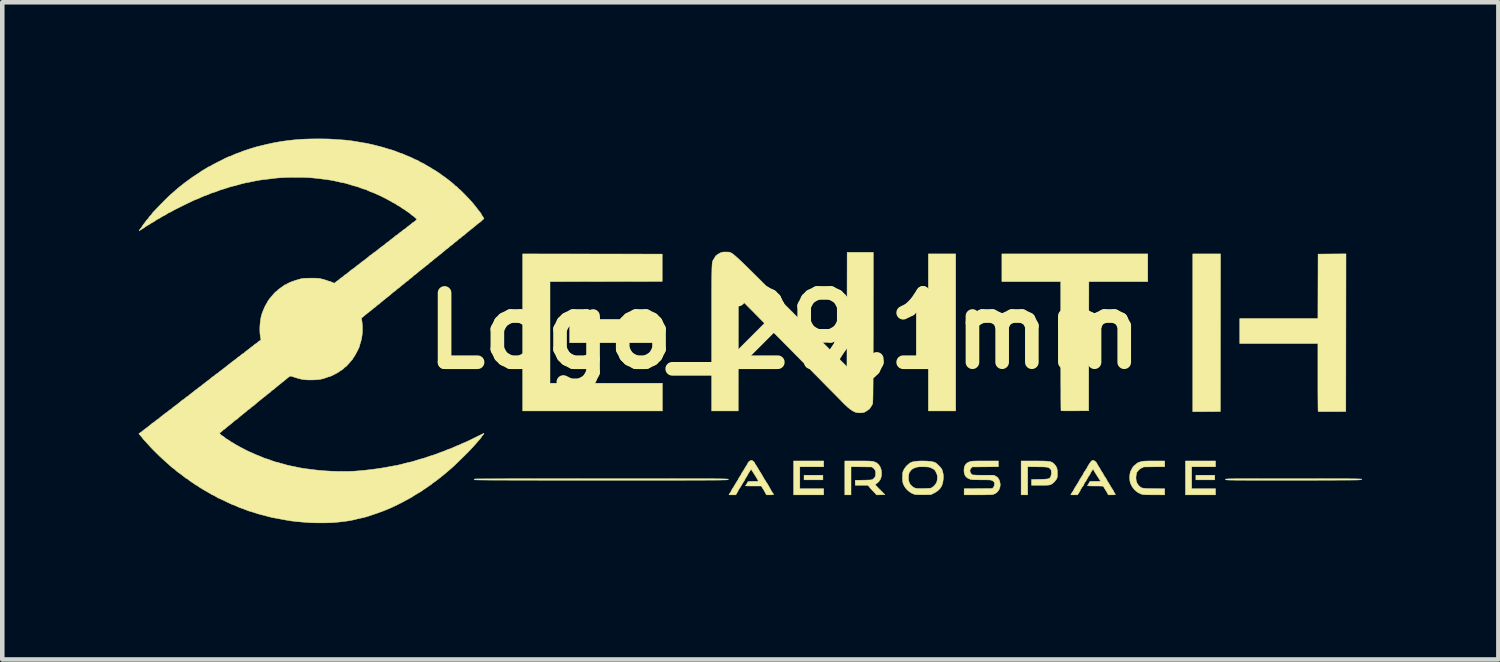
<source format=kicad_pcb>
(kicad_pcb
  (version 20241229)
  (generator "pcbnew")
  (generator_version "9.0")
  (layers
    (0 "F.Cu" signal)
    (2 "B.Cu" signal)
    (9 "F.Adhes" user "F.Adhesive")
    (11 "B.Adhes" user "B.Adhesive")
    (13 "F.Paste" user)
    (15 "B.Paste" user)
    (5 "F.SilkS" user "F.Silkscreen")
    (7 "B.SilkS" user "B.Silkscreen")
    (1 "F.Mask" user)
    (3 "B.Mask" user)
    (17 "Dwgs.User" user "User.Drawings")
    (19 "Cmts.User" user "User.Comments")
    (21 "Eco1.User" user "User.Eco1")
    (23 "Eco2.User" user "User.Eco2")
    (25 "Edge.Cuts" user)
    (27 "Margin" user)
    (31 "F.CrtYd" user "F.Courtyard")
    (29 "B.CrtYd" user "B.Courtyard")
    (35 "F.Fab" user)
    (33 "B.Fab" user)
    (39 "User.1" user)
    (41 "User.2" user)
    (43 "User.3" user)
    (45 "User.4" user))
  (footprint "Logo_29,1mm"
    (layer "F.Cu")
    (at 14.204 4.228)
    (property "Reference" "Logo_29,1mm" (at 0 0 180) (layer "F.SilkS") (effects (font (size 1.524 1.524) (thickness 0.3))))
    (attr through_hole)
    (fp_poly (pts (xy -2.819 0.262) (xy -4.724 0.262) (xy -4.724 -0.254) (xy -2.819 -0.254) (xy -2.819 0.262)) (stroke (width 0.01) (type solid)) (fill yes) (layer "F.SilkS"))
    (fp_poly (pts (xy 0.847 3.277) (xy 0.432 3.277) (xy 0.432 3.175) (xy 0.847 3.175) (xy 0.847 3.277)) (stroke (width 0.01) (type solid)) (fill yes) (layer "F.SilkS"))
    (fp_poly (pts (xy 3.768 1.761) (xy 3.167 1.761) (xy 3.167 -1.693) (xy 3.768 -1.693) (xy 3.768 1.761)) (stroke (width 0.01) (type solid)) (fill yes) (layer "F.SilkS"))
    (fp_poly (pts (xy 9.466 3.277) (xy 9.051 3.277) (xy 9.051 3.175) (xy 9.466 3.175) (xy 9.466 3.277)) (stroke (width 0.01) (type solid)) (fill yes) (layer "F.SilkS"))
    (fp_poly (pts (xy 9.591 0.04) (xy 9.589 1.774) (xy 9.286 1.776) (xy 8.983 1.778) (xy 8.983 -1.693) (xy 9.593 -1.693) (xy 9.591 0.04)) (stroke (width 0.01) (type solid)) (fill yes) (layer "F.SilkS"))
    (fp_poly (pts (xy 0.864 2.989) (xy 0.339 2.989) (xy 0.339 3.471) (xy 0.864 3.471) (xy 0.864 3.607) (xy 0.203 3.607) (xy 0.203 2.862) (xy 0.864 2.862) (xy 0.864 2.989)) (stroke (width 0.01) (type solid)) (fill yes) (layer "F.SilkS"))
    (fp_poly (pts (xy 9.483 2.989) (xy 8.958 2.989) (xy 8.958 3.471) (xy 9.483 3.471) (xy 9.483 3.607) (xy 8.822 3.607) (xy 8.822 2.862) (xy 9.483 2.862) (xy 9.483 2.989)) (stroke (width 0.01) (type solid)) (fill yes) (layer "F.SilkS"))
    (fp_poly (pts (xy -4.223 -1.691) (xy -2.688 -1.689) (xy -2.688 -1.088) (xy -3.922 -1.086) (xy -5.156 -1.084) (xy -5.156 1.151) (xy -2.684 1.151) (xy -2.684 1.761) (xy -5.757 1.761) (xy -5.757 -1.693) (xy -4.223 -1.691)) (stroke (width 0.01) (type solid)) (fill yes) (layer "F.SilkS"))
    (fp_poly (pts (xy 12.351 0.04) (xy 12.349 1.774) (xy 12.047 1.776) (xy 11.978 1.776) (xy 11.913 1.776) (xy 11.856 1.776) (xy 11.808 1.776) (xy 11.772 1.775) (xy 11.749 1.774) (xy 11.741 1.772) (xy 11.74 1.763) (xy 11.739 1.738) (xy 11.738 1.699) (xy 11.737 1.647) (xy 11.737 1.582) (xy 11.736 1.506) (xy 11.736 1.421) (xy 11.735 1.328) (xy 11.735 1.227) (xy 11.735 1.121) (xy 11.735 1.023) (xy 11.735 0.279) (xy 10.016 0.279) (xy 10.016 -0.271) (xy 11.735 -0.271) (xy 11.737 -0.98) (xy 11.739 -1.689) (xy 12.353 -1.694) (xy 12.351 0.04)) (stroke (width 0.01) (type solid)) (fill yes) (layer "F.SilkS"))
    (fp_poly (pts (xy 7.993 -1.084) (xy 6.697 -1.084) (xy 6.695 0.337) (xy 6.693 1.757) (xy 6.392 1.759) (xy 6.322 1.759) (xy 6.258 1.759) (xy 6.2 1.759) (xy 6.153 1.759) (xy 6.116 1.758) (xy 6.093 1.757) (xy 6.085 1.756) (xy 6.084 1.747) (xy 6.084 1.722) (xy 6.083 1.681) (xy 6.082 1.627) (xy 6.082 1.559) (xy 6.081 1.479) (xy 6.081 1.387) (xy 6.081 1.284) (xy 6.08 1.171) (xy 6.08 1.049) (xy 6.08 0.92) (xy 6.079 0.782) (xy 6.079 0.639) (xy 6.079 0.49) (xy 6.079 0.337) (xy 6.079 -1.084) (xy 4.784 -1.084) (xy 4.784 -1.693) (xy 7.993 -1.693) (xy 7.993 -1.084)) (stroke (width 0.01) (type solid)) (fill yes) (layer "F.SilkS"))
    (fp_poly (pts (xy 1.704 2.862) (xy 1.77 2.862) (xy 1.824 2.863) (xy 1.866 2.864) (xy 1.899 2.866) (xy 1.924 2.868) (xy 1.945 2.871) (xy 1.962 2.874) (xy 1.968 2.876) (xy 2.023 2.9) (xy 2.068 2.936) (xy 2.103 2.985) (xy 2.126 3.043) (xy 2.137 3.11) (xy 2.138 3.133) (xy 2.132 3.202) (xy 2.113 3.261) (xy 2.081 3.311) (xy 2.05 3.341) (xy 2.026 3.359) (xy 2.007 3.373) (xy 1.997 3.378) (xy 1.997 3.378) (xy 2 3.384) (xy 2.013 3.4) (xy 2.035 3.424) (xy 2.064 3.454) (xy 2.098 3.489) (xy 2.1 3.49) (xy 2.211 3.603) (xy 2.028 3.608) (xy 1.954 3.529) (xy 1.926 3.499) (xy 1.903 3.474) (xy 1.887 3.456) (xy 1.88 3.447) (xy 1.88 3.447) (xy 1.874 3.439) (xy 1.861 3.423) (xy 1.857 3.419) (xy 1.834 3.395) (xy 1.558 3.395) (xy 1.558 3.286) (xy 1.738 3.284) (xy 1.798 3.283) (xy 1.843 3.281) (xy 1.877 3.28) (xy 1.901 3.278) (xy 1.918 3.275) (xy 1.932 3.271) (xy 1.943 3.265) (xy 1.95 3.26) (xy 1.982 3.232) (xy 2.001 3.192) (xy 2.008 3.142) (xy 2.005 3.092) (xy 1.99 3.054) (xy 1.962 3.023) (xy 1.954 3.017) (xy 1.919 2.993) (xy 1.465 2.988) (xy 1.465 3.607) (xy 1.329 3.607) (xy 1.329 2.862) (xy 1.623 2.862) (xy 1.704 2.862)) (stroke (width 0.01) (type solid)) (fill yes) (layer "F.SilkS"))
    (fp_poly (pts (xy 5.586 2.862) (xy 5.661 2.863) (xy 5.722 2.864) (xy 5.772 2.867) (xy 5.812 2.871) (xy 5.844 2.876) (xy 5.869 2.884) (xy 5.89 2.893) (xy 5.908 2.905) (xy 5.925 2.92) (xy 5.934 2.929) (xy 5.964 2.963) (xy 5.984 2.996) (xy 5.997 3.032) (xy 6.003 3.076) (xy 6.005 3.131) (xy 6.005 3.134) (xy 6.004 3.176) (xy 6.003 3.205) (xy 5.999 3.226) (xy 5.993 3.244) (xy 5.983 3.263) (xy 5.982 3.265) (xy 5.941 3.319) (xy 5.89 3.362) (xy 5.864 3.377) (xy 5.851 3.383) (xy 5.838 3.387) (xy 5.822 3.39) (xy 5.801 3.393) (xy 5.771 3.394) (xy 5.732 3.395) (xy 5.68 3.395) (xy 5.632 3.395) (xy 5.436 3.395) (xy 5.436 3.269) (xy 5.607 3.266) (xy 5.676 3.264) (xy 5.729 3.262) (xy 5.771 3.259) (xy 5.801 3.254) (xy 5.823 3.246) (xy 5.838 3.236) (xy 5.849 3.223) (xy 5.858 3.207) (xy 5.859 3.203) (xy 5.874 3.148) (xy 5.872 3.091) (xy 5.866 3.065) (xy 5.856 3.042) (xy 5.839 3.026) (xy 5.818 3.013) (xy 5.805 3.007) (xy 5.792 3.002) (xy 5.777 2.998) (xy 5.758 2.996) (xy 5.732 2.994) (xy 5.696 2.992) (xy 5.649 2.991) (xy 5.588 2.991) (xy 5.565 2.99) (xy 5.351 2.988) (xy 5.351 3.607) (xy 5.207 3.607) (xy 5.207 2.862) (xy 5.496 2.862) (xy 5.586 2.862)) (stroke (width 0.01) (type solid)) (fill yes) (layer "F.SilkS"))
    (fp_poly (pts (xy 8.365 2.988) (xy 8.134 2.99) (xy 7.904 2.993) (xy 7.855 3.016) (xy 7.818 3.039) (xy 7.789 3.065) (xy 7.783 3.071) (xy 7.768 3.091) (xy 7.757 3.105) (xy 7.755 3.107) (xy 7.751 3.117) (xy 7.745 3.139) (xy 7.739 3.164) (xy 7.732 3.231) (xy 7.738 3.293) (xy 7.756 3.348) (xy 7.787 3.395) (xy 7.792 3.4) (xy 7.811 3.418) (xy 7.827 3.433) (xy 7.844 3.444) (xy 7.862 3.453) (xy 7.886 3.459) (xy 7.915 3.463) (xy 7.954 3.466) (xy 8.003 3.468) (xy 8.066 3.469) (xy 8.126 3.47) (xy 8.365 3.473) (xy 8.365 3.607) (xy 8.13 3.606) (xy 8.048 3.606) (xy 7.981 3.605) (xy 7.93 3.603) (xy 7.892 3.6) (xy 7.868 3.597) (xy 7.861 3.595) (xy 7.79 3.564) (xy 7.727 3.519) (xy 7.673 3.462) (xy 7.631 3.394) (xy 7.609 3.341) (xy 7.599 3.296) (xy 7.595 3.242) (xy 7.596 3.186) (xy 7.603 3.133) (xy 7.611 3.102) (xy 7.622 3.076) (xy 7.637 3.046) (xy 7.654 3.016) (xy 7.671 2.99) (xy 7.685 2.971) (xy 7.694 2.963) (xy 7.695 2.963) (xy 7.704 2.958) (xy 7.72 2.945) (xy 7.726 2.94) (xy 7.752 2.917) (xy 7.773 2.902) (xy 7.795 2.892) (xy 7.825 2.883) (xy 7.842 2.878) (xy 7.863 2.873) (xy 7.885 2.869) (xy 7.911 2.866) (xy 7.942 2.864) (xy 7.982 2.863) (xy 8.033 2.862) (xy 8.098 2.862) (xy 8.134 2.862) (xy 8.365 2.862) (xy 8.365 2.988)) (stroke (width 0.01) (type solid)) (fill yes) (layer "F.SilkS"))
    (fp_poly (pts (xy 11.392 3.251) (xy 11.566 3.251) (xy 11.725 3.251) (xy 11.869 3.252) (xy 11.999 3.252) (xy 12.115 3.252) (xy 12.218 3.252) (xy 12.309 3.253) (xy 12.389 3.253) (xy 12.458 3.254) (xy 12.516 3.254) (xy 12.565 3.255) (xy 12.605 3.256) (xy 12.638 3.257) (xy 12.662 3.258) (xy 12.68 3.259) (xy 12.692 3.26) (xy 12.698 3.261) (xy 12.7 3.263) (xy 12.695 3.269) (xy 12.679 3.273) (xy 12.649 3.277) (xy 12.617 3.28) (xy 12.6 3.28) (xy 12.567 3.281) (xy 12.518 3.281) (xy 12.456 3.282) (xy 12.38 3.282) (xy 12.292 3.283) (xy 12.193 3.283) (xy 12.083 3.284) (xy 11.964 3.284) (xy 11.837 3.284) (xy 11.702 3.285) (xy 11.561 3.285) (xy 11.414 3.285) (xy 11.263 3.285) (xy 11.119 3.285) (xy 10.938 3.285) (xy 10.772 3.285) (xy 10.623 3.285) (xy 10.488 3.285) (xy 10.367 3.285) (xy 10.259 3.285) (xy 10.163 3.285) (xy 10.079 3.284) (xy 10.006 3.284) (xy 9.943 3.284) (xy 9.889 3.283) (xy 9.845 3.282) (xy 9.807 3.282) (xy 9.777 3.281) (xy 9.754 3.28) (xy 9.736 3.279) (xy 9.723 3.278) (xy 9.714 3.276) (xy 9.708 3.275) (xy 9.705 3.273) (xy 9.703 3.271) (xy 9.703 3.269) (xy 9.703 3.268) (xy 9.703 3.266) (xy 9.704 3.264) (xy 9.706 3.262) (xy 9.711 3.261) (xy 9.719 3.259) (xy 9.73 3.258) (xy 9.746 3.257) (xy 9.768 3.256) (xy 9.795 3.255) (xy 9.828 3.254) (xy 9.87 3.254) (xy 9.919 3.253) (xy 9.977 3.253) (xy 10.045 3.252) (xy 10.123 3.252) (xy 10.213 3.252) (xy 10.314 3.252) (xy 10.427 3.251) (xy 10.554 3.251) (xy 10.695 3.251) (xy 10.851 3.251) (xy 11.022 3.251) (xy 11.201 3.251) (xy 11.392 3.251)) (stroke (width 0.01) (type solid)) (fill yes) (layer "F.SilkS"))
    (fp_poly (pts (xy 4.707 2.988) (xy 4.13 2.993) (xy 4.106 3.021) (xy 4.085 3.053) (xy 4.081 3.076) (xy 4.087 3.107) (xy 4.103 3.137) (xy 4.124 3.16) (xy 4.137 3.167) (xy 4.151 3.169) (xy 4.18 3.171) (xy 4.221 3.173) (xy 4.271 3.174) (xy 4.329 3.175) (xy 4.384 3.175) (xy 4.61 3.175) (xy 4.655 3.201) (xy 4.678 3.216) (xy 4.694 3.228) (xy 4.699 3.235) (xy 4.704 3.248) (xy 4.712 3.257) (xy 4.721 3.271) (xy 4.731 3.296) (xy 4.738 3.317) (xy 4.748 3.376) (xy 4.742 3.434) (xy 4.724 3.487) (xy 4.693 3.533) (xy 4.652 3.57) (xy 4.601 3.595) (xy 4.593 3.597) (xy 4.574 3.6) (xy 4.538 3.603) (xy 4.487 3.604) (xy 4.421 3.606) (xy 4.34 3.607) (xy 4.257 3.607) (xy 3.954 3.607) (xy 3.954 3.472) (xy 4.263 3.47) (xy 4.572 3.467) (xy 4.594 3.445) (xy 4.611 3.419) (xy 4.62 3.385) (xy 4.622 3.352) (xy 4.615 3.329) (xy 4.601 3.313) (xy 4.58 3.298) (xy 4.572 3.294) (xy 4.56 3.288) (xy 4.548 3.284) (xy 4.531 3.281) (xy 4.509 3.279) (xy 4.479 3.278) (xy 4.438 3.277) (xy 4.384 3.277) (xy 4.333 3.277) (xy 4.264 3.276) (xy 4.21 3.276) (xy 4.168 3.274) (xy 4.137 3.272) (xy 4.113 3.269) (xy 4.094 3.266) (xy 4.085 3.263) (xy 4.032 3.239) (xy 3.992 3.206) (xy 3.966 3.164) (xy 3.953 3.11) (xy 3.95 3.065) (xy 3.956 3.005) (xy 3.973 2.957) (xy 4.003 2.919) (xy 4.046 2.89) (xy 4.075 2.879) (xy 4.089 2.874) (xy 4.104 2.87) (xy 4.121 2.868) (xy 4.143 2.865) (xy 4.171 2.864) (xy 4.209 2.863) (xy 4.256 2.862) (xy 4.316 2.862) (xy 4.391 2.862) (xy 4.415 2.862) (xy 4.707 2.862) (xy 4.707 2.988)) (stroke (width 0.01) (type solid)) (fill yes) (layer "F.SilkS"))
    (fp_poly (pts (xy -3.292 3.251) (xy -3.082 3.251) (xy -2.886 3.251) (xy -2.705 3.251) (xy -2.538 3.251) (xy -2.384 3.252) (xy -2.242 3.252) (xy -2.113 3.252) (xy -1.995 3.252) (xy -1.888 3.252) (xy -1.791 3.252) (xy -1.705 3.253) (xy -1.628 3.253) (xy -1.559 3.253) (xy -1.499 3.254) (xy -1.447 3.254) (xy -1.402 3.255) (xy -1.364 3.256) (xy -1.332 3.256) (xy -1.306 3.257) (xy -1.285 3.258) (xy -1.268 3.259) (xy -1.255 3.26) (xy -1.246 3.261) (xy -1.24 3.262) (xy -1.236 3.263) (xy -1.234 3.265) (xy -1.233 3.266) (xy -1.234 3.268) (xy -1.234 3.268) (xy -1.234 3.27) (xy -1.235 3.271) (xy -1.237 3.273) (xy -1.241 3.274) (xy -1.247 3.275) (xy -1.256 3.276) (xy -1.268 3.277) (xy -1.284 3.278) (xy -1.304 3.279) (xy -1.329 3.28) (xy -1.359 3.28) (xy -1.395 3.281) (xy -1.438 3.282) (xy -1.488 3.282) (xy -1.545 3.283) (xy -1.611 3.283) (xy -1.685 3.283) (xy -1.768 3.284) (xy -1.861 3.284) (xy -1.964 3.284) (xy -2.078 3.284) (xy -2.204 3.285) (xy -2.341 3.285) (xy -2.491 3.285) (xy -2.653 3.285) (xy -2.83 3.285) (xy -3.02 3.285) (xy -3.224 3.285) (xy -3.444 3.285) (xy -3.68 3.285) (xy -3.932 3.285) (xy -4.031 3.285) (xy -4.298 3.285) (xy -4.548 3.285) (xy -4.783 3.285) (xy -5.002 3.285) (xy -5.205 3.285) (xy -5.394 3.285) (xy -5.569 3.284) (xy -5.73 3.284) (xy -5.878 3.284) (xy -6.014 3.284) (xy -6.136 3.283) (xy -6.247 3.283) (xy -6.347 3.283) (xy -6.436 3.282) (xy -6.514 3.282) (xy -6.582 3.281) (xy -6.641 3.281) (xy -6.69 3.28) (xy -6.731 3.279) (xy -6.764 3.278) (xy -6.789 3.278) (xy -6.806 3.277) (xy -6.817 3.276) (xy -6.822 3.275) (xy -6.822 3.274) (xy -6.814 3.26) (xy -6.811 3.258) (xy -6.802 3.257) (xy -6.777 3.257) (xy -6.736 3.256) (xy -6.68 3.256) (xy -6.61 3.255) (xy -6.525 3.255) (xy -6.428 3.255) (xy -6.318 3.254) (xy -6.196 3.254) (xy -6.063 3.253) (xy -5.919 3.253) (xy -5.765 3.253) (xy -5.602 3.253) (xy -5.43 3.252) (xy -5.249 3.252) (xy -5.062 3.252) (xy -4.867 3.252) (xy -4.666 3.252) (xy -4.459 3.251) (xy -4.248 3.251) (xy -4.032 3.251) (xy -4.016 3.251) (xy -3.758 3.251) (xy -3.517 3.251) (xy -3.292 3.251)) (stroke (width 0.01) (type solid)) (fill yes) (layer "F.SilkS"))
    (fp_poly (pts (xy 3.136 2.864) (xy 3.213 2.871) (xy 3.273 2.882) (xy 3.317 2.897) (xy 3.337 2.909) (xy 3.363 2.932) (xy 3.392 2.96) (xy 3.42 2.989) (xy 3.444 3.017) (xy 3.461 3.041) (xy 3.468 3.055) (xy 3.474 3.078) (xy 3.482 3.106) (xy 3.485 3.114) (xy 3.495 3.162) (xy 3.497 3.22) (xy 3.492 3.282) (xy 3.482 3.343) (xy 3.465 3.397) (xy 3.453 3.423) (xy 3.418 3.474) (xy 3.369 3.52) (xy 3.31 3.559) (xy 3.294 3.567) (xy 3.222 3.603) (xy 3.061 3.604) (xy 3.008 3.604) (xy 2.96 3.604) (xy 2.919 3.602) (xy 2.888 3.601) (xy 2.871 3.599) (xy 2.81 3.576) (xy 2.75 3.539) (xy 2.696 3.492) (xy 2.652 3.438) (xy 2.639 3.416) (xy 2.622 3.383) (xy 2.61 3.353) (xy 2.603 3.32) (xy 2.599 3.28) (xy 2.599 3.252) (xy 2.728 3.252) (xy 2.729 3.261) (xy 2.738 3.311) (xy 2.752 3.349) (xy 2.77 3.379) (xy 2.789 3.4) (xy 2.822 3.43) (xy 2.851 3.448) (xy 2.881 3.46) (xy 2.9 3.464) (xy 2.923 3.467) (xy 2.958 3.468) (xy 3 3.469) (xy 3.047 3.468) (xy 3.095 3.467) (xy 3.141 3.465) (xy 3.181 3.463) (xy 3.211 3.46) (xy 3.229 3.457) (xy 3.231 3.456) (xy 3.27 3.429) (xy 3.307 3.394) (xy 3.336 3.355) (xy 3.343 3.342) (xy 3.356 3.309) (xy 3.362 3.275) (xy 3.365 3.234) (xy 3.364 3.199) (xy 3.361 3.172) (xy 3.352 3.146) (xy 3.336 3.113) (xy 3.336 3.111) (xy 3.32 3.081) (xy 3.306 3.061) (xy 3.289 3.046) (xy 3.264 3.032) (xy 3.247 3.023) (xy 3.223 3.011) (xy 3.203 3.003) (xy 3.183 2.997) (xy 3.159 2.994) (xy 3.128 2.992) (xy 3.085 2.99) (xy 3.068 2.99) (xy 3.014 2.989) (xy 2.972 2.99) (xy 2.94 2.993) (xy 2.913 2.998) (xy 2.9 3.001) (xy 2.846 3.021) (xy 2.803 3.047) (xy 2.775 3.077) (xy 2.772 3.082) (xy 2.76 3.099) (xy 2.752 3.107) (xy 2.751 3.107) (xy 2.746 3.115) (xy 2.741 3.135) (xy 2.735 3.163) (xy 2.731 3.195) (xy 2.729 3.226) (xy 2.728 3.252) (xy 2.599 3.252) (xy 2.598 3.229) (xy 2.598 3.219) (xy 2.599 3.171) (xy 2.601 3.136) (xy 2.605 3.11) (xy 2.612 3.087) (xy 2.615 3.08) (xy 2.644 3.026) (xy 2.681 2.977) (xy 2.71 2.949) (xy 2.729 2.934) (xy 2.741 2.923) (xy 2.743 2.921) (xy 2.77 2.901) (xy 2.808 2.885) (xy 2.857 2.874) (xy 2.92 2.866) (xy 2.997 2.862) (xy 3.044 2.862) (xy 3.136 2.864)) (stroke (width 0.01) (type solid)) (fill yes) (layer "F.SilkS"))
    (fp_poly (pts (xy -0.7 2.857) (xy -0.683 2.87) (xy -0.665 2.888) (xy -0.654 2.903) (xy -0.652 2.908) (xy -0.647 2.921) (xy -0.635 2.941) (xy -0.627 2.952) (xy -0.609 2.98) (xy -0.592 3.007) (xy -0.588 3.015) (xy -0.575 3.038) (xy -0.557 3.067) (xy -0.543 3.09) (xy -0.525 3.118) (xy -0.509 3.144) (xy -0.5 3.159) (xy -0.474 3.204) (xy -0.449 3.248) (xy -0.426 3.285) (xy -0.409 3.313) (xy -0.402 3.323) (xy -0.387 3.345) (xy -0.367 3.378) (xy -0.344 3.417) (xy -0.32 3.459) (xy -0.301 3.495) (xy -0.285 3.523) (xy -0.265 3.553) (xy -0.26 3.56) (xy -0.247 3.581) (xy -0.238 3.596) (xy -0.237 3.6) (xy -0.245 3.603) (xy -0.266 3.605) (xy -0.296 3.607) (xy -0.315 3.607) (xy -0.394 3.607) (xy -0.415 3.571) (xy -0.428 3.548) (xy -0.437 3.531) (xy -0.439 3.526) (xy -0.445 3.515) (xy -0.457 3.495) (xy -0.474 3.468) (xy -0.476 3.465) (xy -0.51 3.412) (xy -0.683 3.412) (xy -0.735 3.412) (xy -0.78 3.411) (xy -0.817 3.411) (xy -0.843 3.41) (xy -0.855 3.409) (xy -0.855 3.408) (xy -0.851 3.4) (xy -0.84 3.382) (xy -0.83 3.367) (xy -0.815 3.344) (xy -0.806 3.326) (xy -0.804 3.32) (xy -0.797 3.316) (xy -0.774 3.313) (xy -0.735 3.311) (xy -0.689 3.31) (xy -0.575 3.31) (xy -0.58 3.291) (xy -0.588 3.275) (xy -0.602 3.249) (xy -0.617 3.224) (xy -0.636 3.194) (xy -0.66 3.156) (xy -0.684 3.118) (xy -0.69 3.109) (xy -0.732 3.042) (xy -0.768 3.098) (xy -0.785 3.125) (xy -0.798 3.146) (xy -0.804 3.158) (xy -0.804 3.159) (xy -0.809 3.169) (xy -0.82 3.188) (xy -0.836 3.214) (xy -0.837 3.215) (xy -0.855 3.242) (xy -0.868 3.267) (xy -0.876 3.283) (xy -0.885 3.303) (xy -0.893 3.313) (xy -0.903 3.326) (xy -0.917 3.349) (xy -0.932 3.375) (xy -0.952 3.409) (xy -0.974 3.445) (xy -0.988 3.466) (xy -1.003 3.489) (xy -1.013 3.507) (xy -1.016 3.514) (xy -1.02 3.524) (xy -1.031 3.544) (xy -1.043 3.564) (xy -1.069 3.607) (xy -1.22 3.607) (xy -1.21 3.588) (xy -1.198 3.568) (xy -1.182 3.545) (xy -1.18 3.542) (xy -1.167 3.522) (xy -1.16 3.507) (xy -1.16 3.504) (xy -1.155 3.491) (xy -1.143 3.472) (xy -1.14 3.468) (xy -1.125 3.446) (xy -1.107 3.417) (xy -1.092 3.391) (xy -1.073 3.359) (xy -1.053 3.327) (xy -1.04 3.307) (xy -1.026 3.286) (xy -1.017 3.271) (xy -1.016 3.266) (xy -1.012 3.256) (xy -1 3.236) (xy -0.984 3.21) (xy -0.983 3.209) (xy -0.965 3.181) (xy -0.951 3.157) (xy -0.944 3.142) (xy -0.934 3.122) (xy -0.927 3.113) (xy -0.918 3.1) (xy -0.903 3.077) (xy -0.888 3.052) (xy -0.868 3.017) (xy -0.846 2.982) (xy -0.832 2.96) (xy -0.817 2.936) (xy -0.807 2.917) (xy -0.804 2.909) (xy -0.798 2.895) (xy -0.781 2.877) (xy -0.76 2.861) (xy -0.739 2.85) (xy -0.736 2.849) (xy -0.718 2.848) (xy -0.7 2.857)) (stroke (width 0.01) (type solid)) (fill yes) (layer "F.SilkS"))
    (fp_poly (pts (xy -1.283 -1.735) (xy -1.276 -1.734) (xy -1.261 -1.734) (xy -1.247 -1.734) (xy -1.235 -1.734) (xy -1.223 -1.733) (xy -1.211 -1.731) (xy -1.199 -1.728) (xy -1.185 -1.722) (xy -1.17 -1.715) (xy -1.152 -1.704) (xy -1.132 -1.69) (xy -1.109 -1.672) (xy -1.082 -1.649) (xy -1.051 -1.622) (xy -1.015 -1.59) (xy -0.974 -1.551) (xy -0.927 -1.507) (xy -0.874 -1.456) (xy -0.815 -1.398) (xy -0.748 -1.332) (xy -0.673 -1.258) (xy -0.59 -1.176) (xy -0.498 -1.084) (xy -0.397 -0.984) (xy -0.286 -0.873) (xy -0.165 -0.752) (xy -0.033 -0.62) (xy 0.111 -0.476) (xy 0.152 -0.435) (xy 1.376 0.788) (xy 1.378 -0.47) (xy 1.38 -1.727) (xy 1.956 -1.727) (xy 1.954 -0.074) (xy 1.954 0.129) (xy 1.953 0.316) (xy 1.953 0.488) (xy 1.953 0.644) (xy 1.952 0.786) (xy 1.952 0.914) (xy 1.951 1.029) (xy 1.951 1.131) (xy 1.95 1.222) (xy 1.949 1.301) (xy 1.949 1.369) (xy 1.948 1.427) (xy 1.947 1.476) (xy 1.946 1.516) (xy 1.945 1.548) (xy 1.944 1.572) (xy 1.943 1.589) (xy 1.942 1.599) (xy 1.941 1.604) (xy 1.929 1.626) (xy 1.914 1.653) (xy 1.896 1.68) (xy 1.88 1.704) (xy 1.866 1.721) (xy 1.86 1.727) (xy 1.849 1.732) (xy 1.831 1.744) (xy 1.82 1.753) (xy 1.792 1.772) (xy 1.761 1.788) (xy 1.752 1.791) (xy 1.711 1.8) (xy 1.662 1.803) (xy 1.611 1.8) (xy 1.567 1.791) (xy 1.556 1.787) (xy 1.509 1.764) (xy 1.458 1.731) (xy 1.402 1.687) (xy 1.34 1.631) (xy 1.287 1.578) (xy 1.266 1.557) (xy 1.235 1.524) (xy 1.193 1.482) (xy 1.141 1.429) (xy 1.081 1.368) (xy 1.012 1.299) (xy 0.936 1.222) (xy 0.854 1.139) (xy 0.766 1.049) (xy 0.673 0.955) (xy 0.576 0.857) (xy 0.475 0.755) (xy 0.371 0.65) (xy 0.266 0.544) (xy 0.16 0.436) (xy 0.053 0.328) (xy -0.054 0.22) (xy -0.159 0.114) (xy -0.262 0.009) (xy -0.363 -0.092) (xy -0.46 -0.19) (xy -0.553 -0.284) (xy -0.64 -0.373) (xy -0.722 -0.456) (xy -0.798 -0.532) (xy -0.866 -0.601) (xy -0.926 -0.661) (xy -0.977 -0.713) (xy -0.979 -0.715) (xy -1.012 -0.748) (xy -1.014 0.507) (xy -1.016 1.761) (xy -1.6 1.761) (xy -1.6 0.158) (xy -1.6 -0.039) (xy -1.6 -0.22) (xy -1.6 -0.385) (xy -1.6 -0.536) (xy -1.6 -0.672) (xy -1.6 -0.796) (xy -1.6 -0.906) (xy -1.599 -1.005) (xy -1.599 -1.093) (xy -1.598 -1.17) (xy -1.597 -1.238) (xy -1.596 -1.296) (xy -1.595 -1.346) (xy -1.594 -1.389) (xy -1.592 -1.425) (xy -1.59 -1.455) (xy -1.588 -1.479) (xy -1.586 -1.499) (xy -1.583 -1.515) (xy -1.58 -1.528) (xy -1.576 -1.538) (xy -1.573 -1.547) (xy -1.568 -1.554) (xy -1.564 -1.561) (xy -1.559 -1.569) (xy -1.558 -1.571) (xy -1.543 -1.595) (xy -1.527 -1.623) (xy -1.524 -1.628) (xy -1.509 -1.65) (xy -1.492 -1.665) (xy -1.487 -1.667) (xy -1.468 -1.679) (xy -1.458 -1.687) (xy -1.444 -1.697) (xy -1.421 -1.71) (xy -1.401 -1.719) (xy -1.375 -1.728) (xy -1.351 -1.733) (xy -1.322 -1.735) (xy -1.283 -1.735)) (stroke (width 0.01) (type solid)) (fill yes) (layer "F.SilkS"))
    (fp_poly (pts (xy 6.822 2.86) (xy 6.84 2.875) (xy 6.86 2.894) (xy 6.872 2.911) (xy 6.875 2.918) (xy 6.88 2.931) (xy 6.892 2.952) (xy 6.909 2.979) (xy 6.913 2.985) (xy 6.931 3.012) (xy 6.944 3.033) (xy 6.951 3.046) (xy 6.951 3.047) (xy 6.956 3.057) (xy 6.967 3.077) (xy 6.984 3.102) (xy 6.985 3.104) (xy 7.002 3.129) (xy 7.014 3.149) (xy 7.019 3.16) (xy 7.019 3.16) (xy 7.023 3.17) (xy 7.035 3.189) (xy 7.052 3.215) (xy 7.057 3.222) (xy 7.075 3.249) (xy 7.088 3.271) (xy 7.095 3.285) (xy 7.095 3.286) (xy 7.1 3.298) (xy 7.111 3.316) (xy 7.115 3.322) (xy 7.13 3.344) (xy 7.148 3.373) (xy 7.163 3.399) (xy 7.182 3.432) (xy 7.202 3.463) (xy 7.215 3.483) (xy 7.229 3.504) (xy 7.238 3.52) (xy 7.239 3.524) (xy 7.243 3.535) (xy 7.255 3.554) (xy 7.26 3.563) (xy 7.273 3.583) (xy 7.281 3.597) (xy 7.281 3.6) (xy 7.273 3.603) (xy 7.252 3.605) (xy 7.222 3.607) (xy 7.203 3.607) (xy 7.124 3.607) (xy 7.108 3.575) (xy 7.095 3.552) (xy 7.077 3.521) (xy 7.057 3.489) (xy 7.055 3.486) (xy 7.038 3.458) (xy 7.025 3.435) (xy 7.019 3.422) (xy 7.019 3.42) (xy 7.011 3.417) (xy 6.987 3.415) (xy 6.949 3.413) (xy 6.898 3.412) (xy 6.84 3.412) (xy 6.788 3.412) (xy 6.741 3.411) (xy 6.704 3.41) (xy 6.678 3.408) (xy 6.665 3.406) (xy 6.665 3.406) (xy 6.67 3.396) (xy 6.683 3.376) (xy 6.696 3.355) (xy 6.724 3.31) (xy 6.838 3.31) (xy 6.879 3.31) (xy 6.914 3.309) (xy 6.939 3.307) (xy 6.951 3.305) (xy 6.951 3.305) (xy 6.947 3.295) (xy 6.935 3.276) (xy 6.919 3.249) (xy 6.912 3.239) (xy 6.874 3.18) (xy 6.845 3.134) (xy 6.823 3.099) (xy 6.809 3.075) (xy 6.801 3.059) (xy 6.799 3.051) (xy 6.795 3.041) (xy 6.792 3.04) (xy 6.785 3.047) (xy 6.772 3.064) (xy 6.757 3.086) (xy 6.743 3.109) (xy 6.734 3.127) (xy 6.731 3.135) (xy 6.726 3.147) (xy 6.714 3.165) (xy 6.71 3.171) (xy 6.696 3.192) (xy 6.678 3.221) (xy 6.66 3.254) (xy 6.658 3.256) (xy 6.643 3.284) (xy 6.63 3.306) (xy 6.622 3.318) (xy 6.622 3.319) (xy 6.61 3.332) (xy 6.598 3.353) (xy 6.589 3.372) (xy 6.587 3.381) (xy 6.583 3.394) (xy 6.581 3.397) (xy 6.572 3.405) (xy 6.558 3.424) (xy 6.542 3.447) (xy 6.527 3.472) (xy 6.515 3.492) (xy 6.511 3.503) (xy 6.506 3.514) (xy 6.495 3.534) (xy 6.479 3.559) (xy 6.448 3.607) (xy 6.299 3.607) (xy 6.311 3.584) (xy 6.324 3.561) (xy 6.342 3.536) (xy 6.345 3.531) (xy 6.359 3.511) (xy 6.366 3.497) (xy 6.367 3.494) (xy 6.371 3.483) (xy 6.383 3.462) (xy 6.399 3.436) (xy 6.403 3.43) (xy 6.423 3.399) (xy 6.44 3.371) (xy 6.453 3.35) (xy 6.454 3.349) (xy 6.484 3.296) (xy 6.509 3.252) (xy 6.534 3.214) (xy 6.551 3.187) (xy 6.568 3.159) (xy 6.581 3.136) (xy 6.587 3.121) (xy 6.587 3.12) (xy 6.591 3.109) (xy 6.594 3.107) (xy 6.601 3.1) (xy 6.613 3.083) (xy 6.621 3.069) (xy 6.634 3.048) (xy 6.644 3.034) (xy 6.648 3.031) (xy 6.654 3.024) (xy 6.655 3.019) (xy 6.659 3.006) (xy 6.671 2.984) (xy 6.688 2.956) (xy 6.707 2.925) (xy 6.727 2.897) (xy 6.744 2.874) (xy 6.745 2.873) (xy 6.769 2.852) (xy 6.794 2.848) (xy 6.822 2.86)) (stroke (width 0.01) (type solid)) (fill yes) (layer "F.SilkS"))
    (fp_poly (pts (xy -10.119 -4.222) (xy -10.042 -4.221) (xy -9.978 -4.218) (xy -9.961 -4.217) (xy -9.901 -4.213) (xy -9.836 -4.208) (xy -9.771 -4.204) (xy -9.715 -4.2) (xy -9.699 -4.199) (xy -9.648 -4.195) (xy -9.587 -4.188) (xy -9.522 -4.18) (xy -9.458 -4.17) (xy -9.428 -4.165) (xy -9.375 -4.156) (xy -9.324 -4.147) (xy -9.278 -4.139) (xy -9.243 -4.134) (xy -9.224 -4.131) (xy -9.181 -4.123) (xy -9.126 -4.111) (xy -9.062 -4.097) (xy -8.994 -4.08) (xy -8.925 -4.062) (xy -8.858 -4.045) (xy -8.799 -4.028) (xy -8.762 -4.016) (xy -8.72 -4.003) (xy -8.683 -3.992) (xy -8.655 -3.984) (xy -8.638 -3.98) (xy -8.636 -3.979) (xy -8.625 -3.976) (xy -8.601 -3.968) (xy -8.568 -3.956) (xy -8.531 -3.941) (xy -8.531 -3.941) (xy -8.493 -3.926) (xy -8.461 -3.914) (xy -8.438 -3.906) (xy -8.426 -3.903) (xy -8.426 -3.903) (xy -8.415 -3.9) (xy -8.392 -3.891) (xy -8.364 -3.879) (xy -8.36 -3.877) (xy -8.322 -3.86) (xy -8.281 -3.843) (xy -8.251 -3.831) (xy -8.216 -3.817) (xy -8.181 -3.8) (xy -8.162 -3.79) (xy -8.132 -3.775) (xy -8.103 -3.762) (xy -8.092 -3.759) (xy -8.068 -3.75) (xy -8.05 -3.739) (xy -8.048 -3.737) (xy -8.034 -3.728) (xy -8.01 -3.714) (xy -7.98 -3.7) (xy -7.978 -3.699) (xy -7.948 -3.684) (xy -7.923 -3.672) (xy -7.908 -3.663) (xy -7.908 -3.662) (xy -7.895 -3.653) (xy -7.871 -3.639) (xy -7.842 -3.623) (xy -7.836 -3.619) (xy -7.804 -3.601) (xy -7.773 -3.583) (xy -7.752 -3.569) (xy -7.75 -3.567) (xy -7.732 -3.555) (xy -7.719 -3.548) (xy -7.718 -3.548) (xy -7.708 -3.543) (xy -7.688 -3.531) (xy -7.661 -3.514) (xy -7.63 -3.494) (xy -7.6 -3.474) (xy -7.573 -3.455) (xy -7.552 -3.44) (xy -7.546 -3.434) (xy -7.525 -3.418) (xy -7.501 -3.402) (xy -7.498 -3.4) (xy -7.477 -3.386) (xy -7.448 -3.365) (xy -7.413 -3.339) (xy -7.377 -3.31) (xy -7.34 -3.281) (xy -7.306 -3.253) (xy -7.277 -3.229) (xy -7.257 -3.21) (xy -7.247 -3.199) (xy -7.247 -3.199) (xy -7.235 -3.186) (xy -7.227 -3.183) (xy -7.215 -3.177) (xy -7.197 -3.162) (xy -7.186 -3.15) (xy -7.168 -3.131) (xy -7.155 -3.118) (xy -7.151 -3.116) (xy -7.143 -3.11) (xy -7.125 -3.094) (xy -7.1 -3.07) (xy -7.07 -3.04) (xy -7.05 -3.02) (xy -6.986 -2.954) (xy -6.932 -2.897) (xy -6.886 -2.847) (xy -6.845 -2.8) (xy -6.808 -2.754) (xy -6.771 -2.707) (xy -6.76 -2.692) (xy -6.736 -2.66) (xy -6.712 -2.63) (xy -6.693 -2.606) (xy -6.688 -2.599) (xy -6.673 -2.58) (xy -6.664 -2.564) (xy -6.663 -2.56) (xy -6.658 -2.546) (xy -6.652 -2.538) (xy -6.64 -2.523) (xy -6.626 -2.503) (xy -6.616 -2.483) (xy -6.61 -2.469) (xy -6.61 -2.464) (xy -6.62 -2.458) (xy -6.637 -2.444) (xy -6.656 -2.426) (xy -6.676 -2.406) (xy -6.693 -2.392) (xy -6.7 -2.388) (xy -6.71 -2.382) (xy -6.728 -2.369) (xy -6.744 -2.356) (xy -6.776 -2.329) (xy -6.816 -2.296) (xy -6.865 -2.256) (xy -6.925 -2.208) (xy -6.951 -2.188) (xy -6.982 -2.163) (xy -7.008 -2.14) (xy -7.027 -2.123) (xy -7.034 -2.115) (xy -7.048 -2.103) (xy -7.056 -2.1) (xy -7.068 -2.094) (xy -7.086 -2.079) (xy -7.1 -2.066) (xy -7.12 -2.047) (xy -7.136 -2.035) (xy -7.142 -2.032) (xy -7.154 -2.026) (xy -7.168 -2.014) (xy -7.183 -1.999) (xy -7.207 -1.979) (xy -7.226 -1.964) (xy -7.255 -1.942) (xy -7.282 -1.918) (xy -7.297 -1.906) (xy -7.315 -1.89) (xy -7.328 -1.881) (xy -7.331 -1.88) (xy -7.34 -1.874) (xy -7.357 -1.86) (xy -7.372 -1.846) (xy -7.392 -1.827) (xy -7.408 -1.815) (xy -7.413 -1.812) (xy -7.422 -1.807) (xy -7.44 -1.793) (xy -7.46 -1.776) (xy -7.49 -1.75) (xy -7.524 -1.722) (xy -7.541 -1.708) (xy -7.567 -1.687) (xy -7.591 -1.668) (xy -7.603 -1.658) (xy -7.619 -1.645) (xy -7.644 -1.625) (xy -7.674 -1.602) (xy -7.69 -1.589) (xy -7.718 -1.566) (xy -7.74 -1.547) (xy -7.753 -1.534) (xy -7.755 -1.531) (xy -7.762 -1.525) (xy -7.767 -1.524) (xy -7.778 -1.518) (xy -7.797 -1.504) (xy -7.815 -1.486) (xy -7.836 -1.466) (xy -7.853 -1.452) (xy -7.861 -1.448) (xy -7.872 -1.442) (xy -7.888 -1.429) (xy -7.895 -1.423) (xy -7.919 -1.401) (xy -7.945 -1.381) (xy -7.948 -1.378) (xy -7.971 -1.361) (xy -8.001 -1.338) (xy -8.032 -1.313) (xy -8.061 -1.288) (xy -8.086 -1.267) (xy -8.103 -1.252) (xy -8.108 -1.248) (xy -8.12 -1.238) (xy -8.125 -1.236) (xy -8.135 -1.231) (xy -8.152 -1.216) (xy -8.171 -1.198) (xy -8.192 -1.178) (xy -8.209 -1.165) (xy -8.217 -1.16) (xy -8.228 -1.154) (xy -8.245 -1.14) (xy -8.259 -1.126) (xy -8.279 -1.107) (xy -8.295 -1.095) (xy -8.302 -1.092) (xy -8.314 -1.086) (xy -8.328 -1.074) (xy -8.343 -1.059) (xy -8.367 -1.039) (xy -8.386 -1.024) (xy -8.415 -1.002) (xy -8.442 -0.979) (xy -8.457 -0.966) (xy -8.475 -0.95) (xy -8.488 -0.941) (xy -8.491 -0.94) (xy -8.5 -0.934) (xy -8.517 -0.92) (xy -8.532 -0.906) (xy -8.552 -0.888) (xy -8.568 -0.875) (xy -8.573 -0.872) (xy -8.582 -0.867) (xy -8.6 -0.853) (xy -8.62 -0.836) (xy -8.651 -0.809) (xy -8.685 -0.781) (xy -8.703 -0.766) (xy -8.727 -0.747) (xy -8.747 -0.732) (xy -8.757 -0.724) (xy -8.767 -0.715) (xy -8.788 -0.698) (xy -8.815 -0.677) (xy -8.835 -0.661) (xy -8.864 -0.637) (xy -8.888 -0.616) (xy -8.905 -0.601) (xy -8.909 -0.595) (xy -8.922 -0.585) (xy -8.927 -0.584) (xy -8.938 -0.579) (xy -8.957 -0.564) (xy -8.975 -0.546) (xy -8.996 -0.526) (xy -9.013 -0.513) (xy -9.021 -0.508) (xy -9.031 -0.503) (xy -9.048 -0.489) (xy -9.055 -0.483) (xy -9.079 -0.461) (xy -9.105 -0.441) (xy -9.108 -0.439) (xy -9.131 -0.421) (xy -9.16 -0.398) (xy -9.192 -0.373) (xy -9.221 -0.349) (xy -9.246 -0.328) (xy -9.263 -0.313) (xy -9.268 -0.308) (xy -9.281 -0.298) (xy -9.286 -0.296) (xy -9.296 -0.294) (xy -9.3 -0.283) (xy -9.3 -0.263) (xy -9.296 -0.231) (xy -9.292 -0.207) (xy -9.282 -0.111) (xy -9.281 -0.008) (xy -9.289 0.095) (xy -9.306 0.194) (xy -9.327 0.267) (xy -9.337 0.297) (xy -9.344 0.322) (xy -9.347 0.337) (xy -9.347 0.338) (xy -9.351 0.352) (xy -9.362 0.377) (xy -9.377 0.409) (xy -9.396 0.446) (xy -9.416 0.484) (xy -9.435 0.519) (xy -9.452 0.549) (xy -9.465 0.568) (xy -9.466 0.569) (xy -9.481 0.589) (xy -9.49 0.605) (xy -9.491 0.609) (xy -9.496 0.62) (xy -9.51 0.637) (xy -9.514 0.642) (xy -9.531 0.66) (xy -9.554 0.687) (xy -9.579 0.716) (xy -9.588 0.727) (xy -9.612 0.753) (xy -9.631 0.773) (xy -9.645 0.785) (xy -9.648 0.787) (xy -9.658 0.793) (xy -9.676 0.808) (xy -9.694 0.826) (xy -9.715 0.845) (xy -9.733 0.859) (xy -9.741 0.864) (xy -9.753 0.869) (xy -9.773 0.881) (xy -9.784 0.89) (xy -9.811 0.909) (xy -9.839 0.926) (xy -9.847 0.931) (xy -9.869 0.942) (xy -9.9 0.958) (xy -9.933 0.975) (xy -9.937 0.977) (xy -9.967 0.991) (xy -9.993 1.002) (xy -10.009 1.007) (xy -10.011 1.008) (xy -10.026 1.01) (xy -10.05 1.018) (xy -10.064 1.023) (xy -10.124 1.045) (xy -10.181 1.06) (xy -10.241 1.07) (xy -10.307 1.076) (xy -10.384 1.079) (xy -10.406 1.079) (xy -10.466 1.079) (xy -10.519 1.076) (xy -10.567 1.072) (xy -10.613 1.065) (xy -10.663 1.054) (xy -10.718 1.038) (xy -10.783 1.018) (xy -10.84 0.999) (xy -10.857 0.996) (xy -10.874 0.998) (xy -10.894 1.009) (xy -10.92 1.028) (xy -10.941 1.046) (xy -10.971 1.071) (xy -11.005 1.099) (xy -11.023 1.113) (xy -11.047 1.132) (xy -11.067 1.148) (xy -11.076 1.156) (xy -11.087 1.165) (xy -11.108 1.181) (xy -11.135 1.203) (xy -11.155 1.219) (xy -11.184 1.243) (xy -11.208 1.264) (xy -11.225 1.279) (xy -11.229 1.284) (xy -11.242 1.294) (xy -11.247 1.295) (xy -11.258 1.301) (xy -11.277 1.316) (xy -11.295 1.333) (xy -11.316 1.353) (xy -11.333 1.367) (xy -11.341 1.372) (xy -11.351 1.377) (xy -11.368 1.391) (xy -11.375 1.397) (xy -11.399 1.418) (xy -11.424 1.439) (xy -11.427 1.441) (xy -11.446 1.455) (xy -11.473 1.476) (xy -11.504 1.501) (xy -11.516 1.511) (xy -11.55 1.538) (xy -11.574 1.557) (xy -11.592 1.572) (xy -11.608 1.586) (xy -11.625 1.602) (xy -11.647 1.621) (xy -11.67 1.64) (xy -11.688 1.654) (xy -11.698 1.659) (xy -11.698 1.659) (xy -11.708 1.665) (xy -11.725 1.68) (xy -11.739 1.693) (xy -11.759 1.712) (xy -11.775 1.724) (xy -11.782 1.727) (xy -11.795 1.733) (xy -11.804 1.741) (xy -11.814 1.751) (xy -11.835 1.77) (xy -11.864 1.794) (xy -11.899 1.822) (xy -11.917 1.836) (xy -11.953 1.865) (xy -11.985 1.892) (xy -12.01 1.914) (xy -12.026 1.928) (xy -12.029 1.932) (xy -12.042 1.944) (xy -12.05 1.947) (xy -12.061 1.953) (xy -12.079 1.966) (xy -12.1 1.983) (xy -12.13 2.01) (xy -12.163 2.037) (xy -12.181 2.052) (xy -12.222 2.084) (xy -12.252 2.108) (xy -12.273 2.126) (xy -12.287 2.138) (xy -12.297 2.146) (xy -12.304 2.153) (xy -12.318 2.164) (xy -12.326 2.167) (xy -12.335 2.173) (xy -12.351 2.187) (xy -12.366 2.201) (xy -12.386 2.22) (xy -12.403 2.232) (xy -12.41 2.235) (xy -12.421 2.24) (xy -12.421 2.252) (xy -12.411 2.269) (xy -12.393 2.288) (xy -12.368 2.307) (xy -12.353 2.315) (xy -12.333 2.328) (xy -12.31 2.347) (xy -12.303 2.353) (xy -12.284 2.369) (xy -12.27 2.378) (xy -12.267 2.379) (xy -12.257 2.384) (xy -12.238 2.396) (xy -12.212 2.413) (xy -12.206 2.417) (xy -12.18 2.435) (xy -12.159 2.449) (xy -12.147 2.455) (xy -12.146 2.455) (xy -12.135 2.46) (xy -12.118 2.471) (xy -12.113 2.474) (xy -12.096 2.486) (xy -12.067 2.503) (xy -12.03 2.524) (xy -11.987 2.547) (xy -11.942 2.572) (xy -11.896 2.596) (xy -11.852 2.619) (xy -11.813 2.639) (xy -11.781 2.654) (xy -11.759 2.664) (xy -11.75 2.667) (xy -11.741 2.67) (xy -11.719 2.68) (xy -11.69 2.693) (xy -11.664 2.705) (xy -11.63 2.721) (xy -11.601 2.733) (xy -11.581 2.741) (xy -11.575 2.743) (xy -11.563 2.747) (xy -11.541 2.756) (xy -11.511 2.768) (xy -11.501 2.773) (xy -11.467 2.788) (xy -11.434 2.801) (xy -11.409 2.809) (xy -11.406 2.81) (xy -11.385 2.816) (xy -11.354 2.826) (xy -11.316 2.84) (xy -11.283 2.852) (xy -11.245 2.866) (xy -11.212 2.877) (xy -11.188 2.885) (xy -11.177 2.887) (xy -11.164 2.889) (xy -11.138 2.896) (xy -11.103 2.906) (xy -11.062 2.918) (xy -11.049 2.921) (xy -11 2.935) (xy -10.952 2.949) (xy -10.907 2.96) (xy -10.873 2.967) (xy -10.871 2.968) (xy -10.836 2.975) (xy -10.79 2.984) (xy -10.742 2.994) (xy -10.71 3.001) (xy -10.659 3.012) (xy -10.599 3.022) (xy -10.541 3.031) (xy -10.511 3.035) (xy -10.458 3.041) (xy -10.398 3.049) (xy -10.341 3.056) (xy -10.312 3.06) (xy -10.206 3.071) (xy -10.087 3.08) (xy -9.96 3.087) (xy -9.83 3.091) (xy -9.7 3.092) (xy -9.576 3.091) (xy -9.462 3.086) (xy -9.406 3.082) (xy -9.306 3.074) (xy -9.201 3.063) (xy -9.094 3.051) (xy -8.989 3.037) (xy -8.891 3.023) (xy -8.804 3.009) (xy -8.755 3) (xy -8.701 2.99) (xy -8.651 2.98) (xy -8.606 2.972) (xy -8.571 2.966) (xy -8.551 2.963) (xy -8.527 2.959) (xy -8.49 2.951) (xy -8.445 2.94) (xy -8.397 2.928) (xy -8.377 2.922) (xy -8.331 2.91) (xy -8.291 2.9) (xy -8.259 2.892) (xy -8.238 2.888) (xy -8.233 2.887) (xy -8.219 2.885) (xy -8.193 2.878) (xy -8.157 2.867) (xy -8.116 2.855) (xy -8.098 2.849) (xy -8.055 2.836) (xy -8.017 2.824) (xy -7.988 2.816) (xy -7.97 2.811) (xy -7.966 2.811) (xy -7.953 2.808) (xy -7.928 2.8) (xy -7.895 2.789) (xy -7.861 2.777) (xy -7.824 2.764) (xy -7.792 2.753) (xy -7.768 2.745) (xy -7.758 2.743) (xy -7.745 2.74) (xy -7.721 2.732) (xy -7.688 2.72) (xy -7.651 2.707) (xy -7.61 2.691) (xy -7.572 2.676) (xy -7.54 2.665) (xy -7.523 2.659) (xy -7.497 2.65) (xy -7.463 2.636) (xy -7.435 2.624) (xy -7.407 2.611) (xy -7.383 2.603) (xy -7.37 2.599) (xy -7.37 2.599) (xy -7.358 2.596) (xy -7.335 2.587) (xy -7.303 2.573) (xy -7.277 2.561) (xy -7.242 2.546) (xy -7.214 2.533) (xy -7.194 2.525) (xy -7.188 2.523) (xy -7.177 2.52) (xy -7.156 2.511) (xy -7.126 2.497) (xy -7.109 2.489) (xy -7.077 2.474) (xy -7.051 2.463) (xy -7.034 2.456) (xy -7.031 2.455) (xy -7.025 2.454) (xy -7.013 2.449) (xy -6.993 2.439) (xy -6.964 2.426) (xy -6.924 2.406) (xy -6.872 2.381) (xy -6.808 2.35) (xy -6.745 2.318) (xy -6.702 2.298) (xy -6.664 2.279) (xy -6.635 2.265) (xy -6.616 2.256) (xy -6.61 2.253) (xy -6.608 2.256) (xy -6.615 2.268) (xy -6.626 2.285) (xy -6.638 2.301) (xy -6.65 2.312) (xy -6.652 2.314) (xy -6.662 2.326) (xy -6.663 2.331) (xy -6.669 2.342) (xy -6.682 2.361) (xy -6.699 2.381) (xy -6.722 2.407) (xy -6.745 2.432) (xy -6.756 2.446) (xy -6.795 2.491) (xy -6.832 2.533) (xy -6.869 2.573) (xy -6.909 2.616) (xy -6.954 2.663) (xy -7.007 2.716) (xy -7.07 2.778) (xy -7.075 2.783) (xy -7.124 2.83) (xy -7.17 2.876) (xy -7.213 2.917) (xy -7.249 2.952) (xy -7.279 2.98) (xy -7.298 2.998) (xy -7.302 3.001) (xy -7.332 3.026) (xy -7.362 3.053) (xy -7.377 3.066) (xy -7.419 3.102) (xy -7.465 3.141) (xy -7.514 3.181) (xy -7.564 3.221) (xy -7.611 3.258) (xy -7.653 3.291) (xy -7.688 3.316) (xy -7.712 3.333) (xy -7.713 3.334) (xy -7.739 3.351) (xy -7.761 3.371) (xy -7.763 3.373) (xy -7.78 3.388) (xy -7.794 3.395) (xy -7.795 3.395) (xy -7.808 3.401) (xy -7.821 3.411) (xy -7.835 3.423) (xy -7.859 3.44) (xy -7.888 3.46) (xy -7.899 3.467) (xy -7.928 3.486) (xy -7.951 3.502) (xy -7.965 3.512) (xy -7.967 3.514) (xy -7.977 3.522) (xy -7.996 3.534) (xy -8.007 3.54) (xy -8.041 3.56) (xy -8.079 3.582) (xy -8.115 3.604) (xy -8.146 3.623) (xy -8.169 3.638) (xy -8.179 3.645) (xy -8.187 3.651) (xy -8.202 3.66) (xy -8.226 3.673) (xy -8.258 3.691) (xy -8.303 3.715) (xy -8.359 3.745) (xy -8.386 3.76) (xy -8.521 3.829) (xy -8.646 3.888) (xy -8.761 3.937) (xy -8.848 3.971) (xy -8.957 4.01) (xy -9.054 4.043) (xy -9.136 4.071) (xy -9.204 4.092) (xy -9.257 4.106) (xy -9.292 4.114) (xy -9.319 4.119) (xy -9.356 4.128) (xy -9.398 4.137) (xy -9.419 4.143) (xy -9.477 4.157) (xy -9.535 4.169) (xy -9.595 4.179) (xy -9.661 4.189) (xy -9.735 4.198) (xy -9.82 4.207) (xy -9.92 4.216) (xy -9.923 4.216) (xy -9.957 4.219) (xy -10.004 4.22) (xy -10.061 4.222) (xy -10.125 4.223) (xy -10.191 4.223) (xy -10.256 4.223) (xy -10.317 4.222) (xy -10.37 4.221) (xy -10.412 4.22) (xy -10.422 4.219) (xy -10.548 4.21) (xy -10.66 4.201) (xy -10.759 4.191) (xy -10.849 4.18) (xy -10.931 4.167) (xy -11.009 4.153) (xy -11.041 4.147) (xy -11.089 4.138) (xy -11.136 4.129) (xy -11.178 4.121) (xy -11.208 4.116) (xy -11.214 4.115) (xy -11.243 4.11) (xy -11.283 4.101) (xy -11.328 4.09) (xy -11.362 4.081) (xy -11.407 4.069) (xy -11.451 4.057) (xy -11.489 4.048) (xy -11.51 4.042) (xy -11.541 4.035) (xy -11.581 4.023) (xy -11.624 4.009) (xy -11.649 4.001) (xy -11.685 3.989) (xy -11.717 3.979) (xy -11.739 3.973) (xy -11.748 3.971) (xy -11.76 3.968) (xy -11.785 3.96) (xy -11.817 3.948) (xy -11.843 3.938) (xy -11.881 3.923) (xy -11.918 3.909) (xy -11.947 3.899) (xy -11.959 3.895) (xy -11.984 3.886) (xy -12.017 3.872) (xy -12.051 3.856) (xy -12.053 3.855) (xy -12.083 3.842) (xy -12.107 3.832) (xy -12.121 3.827) (xy -12.123 3.827) (xy -12.135 3.823) (xy -12.16 3.813) (xy -12.196 3.796) (xy -12.242 3.775) (xy -12.295 3.749) (xy -12.354 3.72) (xy -12.364 3.716) (xy -12.394 3.701) (xy -12.419 3.69) (xy -12.435 3.684) (xy -12.437 3.683) (xy -12.447 3.679) (xy -12.468 3.668) (xy -12.495 3.652) (xy -12.506 3.645) (xy -12.536 3.627) (xy -12.562 3.614) (xy -12.579 3.607) (xy -12.583 3.607) (xy -12.598 3.602) (xy -12.603 3.598) (xy -12.613 3.589) (xy -12.632 3.577) (xy -12.643 3.571) (xy -12.688 3.545) (xy -12.736 3.518) (xy -12.783 3.49) (xy -12.826 3.464) (xy -12.863 3.441) (xy -12.89 3.423) (xy -12.906 3.411) (xy -12.906 3.411) (xy -12.923 3.399) (xy -12.934 3.395) (xy -12.948 3.39) (xy -12.956 3.383) (xy -12.969 3.373) (xy -12.991 3.357) (xy -13.02 3.338) (xy -13.031 3.331) (xy -13.062 3.31) (xy -13.09 3.29) (xy -13.11 3.274) (xy -13.114 3.271) (xy -13.131 3.257) (xy -13.144 3.251) (xy -13.144 3.251) (xy -13.157 3.246) (xy -13.17 3.236) (xy -13.185 3.223) (xy -13.21 3.204) (xy -13.241 3.18) (xy -13.275 3.154) (xy -13.307 3.13) (xy -13.335 3.111) (xy -13.347 3.102) (xy -13.372 3.083) (xy -13.396 3.06) (xy -13.399 3.057) (xy -13.416 3.041) (xy -13.429 3.032) (xy -13.431 3.031) (xy -13.436 3.03) (xy -13.443 3.025) (xy -13.455 3.015) (xy -13.473 3) (xy -13.498 2.979) (xy -13.531 2.949) (xy -13.573 2.911) (xy -13.626 2.864) (xy -13.67 2.824) (xy -13.737 2.762) (xy -13.809 2.692) (xy -13.881 2.62) (xy -13.948 2.55) (xy -13.995 2.498) (xy -14.025 2.466) (xy -14.054 2.434) (xy -14.079 2.407) (xy -14.091 2.394) (xy -14.108 2.374) (xy -14.12 2.359) (xy -14.122 2.355) (xy -14.128 2.346) (xy -14.142 2.329) (xy -14.161 2.308) (xy -14.18 2.286) (xy -14.194 2.269) (xy -14.199 2.261) (xy -14.192 2.253) (xy -14.176 2.244) (xy -14.175 2.243) (xy -14.154 2.23) (xy -14.13 2.212) (xy -14.122 2.205) (xy -14.1 2.186) (xy -14.08 2.171) (xy -14.075 2.167) (xy -14.051 2.15) (xy -14.022 2.128) (xy -13.99 2.104) (xy -13.96 2.08) (xy -13.934 2.059) (xy -13.916 2.043) (xy -13.908 2.035) (xy -13.896 2.025) (xy -13.89 2.024) (xy -13.878 2.018) (xy -13.859 2.004) (xy -13.838 1.986) (xy -13.815 1.966) (xy -13.797 1.952) (xy -13.787 1.947) (xy -13.774 1.941) (xy -13.766 1.934) (xy -13.754 1.923) (xy -13.733 1.905) (xy -13.705 1.882) (xy -13.687 1.868) (xy -13.658 1.846) (xy -13.634 1.827) (xy -13.619 1.814) (xy -13.616 1.81) (xy -13.606 1.804) (xy -13.603 1.803) (xy -13.592 1.798) (xy -13.573 1.784) (xy -13.552 1.765) (xy -13.529 1.746) (xy -13.51 1.732) (xy -13.499 1.727) (xy -13.486 1.721) (xy -13.477 1.711) (xy -13.463 1.697) (xy -13.442 1.679) (xy -13.437 1.675) (xy -13.402 1.651) (xy -13.361 1.62) (xy -13.319 1.586) (xy -13.281 1.555) (xy -13.272 1.547) (xy -13.251 1.53) (xy -13.235 1.518) (xy -13.228 1.515) (xy -13.219 1.51) (xy -13.2 1.496) (xy -13.178 1.477) (xy -13.155 1.458) (xy -13.137 1.444) (xy -13.126 1.439) (xy -13.113 1.433) (xy -13.109 1.428) (xy -13.099 1.419) (xy -13.08 1.402) (xy -13.053 1.381) (xy -13.038 1.369) (xy -13.008 1.347) (xy -12.983 1.327) (xy -12.967 1.312) (xy -12.963 1.308) (xy -12.949 1.297) (xy -12.942 1.295) (xy -12.93 1.29) (xy -12.913 1.275) (xy -12.907 1.269) (xy -12.884 1.249) (xy -12.861 1.232) (xy -12.857 1.23) (xy -12.835 1.217) (xy -12.819 1.203) (xy -12.807 1.192) (xy -12.785 1.174) (xy -12.755 1.151) (xy -12.72 1.124) (xy -12.704 1.112) (xy -12.668 1.084) (xy -12.635 1.059) (xy -12.61 1.038) (xy -12.594 1.025) (xy -12.591 1.022) (xy -12.578 1.01) (xy -12.571 1.008) (xy -12.561 1.002) (xy -12.543 0.989) (xy -12.52 0.969) (xy -12.519 0.969) (xy -12.496 0.95) (xy -12.476 0.936) (xy -12.465 0.931) (xy -12.455 0.927) (xy -12.454 0.924) (xy -12.448 0.916) (xy -12.432 0.902) (xy -12.414 0.889) (xy -12.386 0.868) (xy -12.353 0.843) (xy -12.323 0.82) (xy -12.293 0.796) (xy -12.262 0.772) (xy -12.239 0.753) (xy -12.214 0.734) (xy -12.184 0.71) (xy -12.153 0.686) (xy -12.153 0.686) (xy -12.121 0.662) (xy -12.088 0.637) (xy -12.062 0.618) (xy -12.04 0.601) (xy -12.026 0.588) (xy -12.023 0.583) (xy -12.016 0.576) (xy -12.012 0.576) (xy -12.001 0.57) (xy -11.981 0.556) (xy -11.959 0.538) (xy -11.936 0.518) (xy -11.918 0.505) (xy -11.907 0.5) (xy -11.894 0.494) (xy -11.887 0.487) (xy -11.876 0.476) (xy -11.855 0.458) (xy -11.827 0.436) (xy -11.808 0.422) (xy -11.778 0.399) (xy -11.755 0.381) (xy -11.739 0.368) (xy -11.735 0.365) (xy -11.726 0.357) (xy -11.708 0.344) (xy -11.695 0.335) (xy -11.674 0.32) (xy -11.661 0.308) (xy -11.659 0.304) (xy -11.652 0.296) (xy -11.643 0.293) (xy -11.628 0.284) (xy -11.607 0.268) (xy -11.594 0.258) (xy -11.57 0.237) (xy -11.547 0.221) (xy -11.538 0.215) (xy -11.522 0.205) (xy -11.515 0.197) (xy -11.515 0.197) (xy -11.516 0.186) (xy -11.52 0.163) (xy -11.526 0.132) (xy -11.527 0.123) (xy -11.536 0.051) (xy -11.539 -0.032) (xy -11.536 -0.12) (xy -11.528 -0.207) (xy -11.515 -0.289) (xy -11.505 -0.334) (xy -11.493 -0.373) (xy -11.476 -0.419) (xy -11.457 -0.468) (xy -11.436 -0.516) (xy -11.416 -0.556) (xy -11.4 -0.585) (xy -11.385 -0.609) (xy -11.374 -0.628) (xy -11.371 -0.637) (xy -11.365 -0.649) (xy -11.351 -0.67) (xy -11.33 -0.698) (xy -11.304 -0.731) (xy -11.275 -0.765) (xy -11.246 -0.799) (xy -11.219 -0.829) (xy -11.196 -0.853) (xy -11.18 -0.868) (xy -11.172 -0.872) (xy -11.161 -0.878) (xy -11.154 -0.887) (xy -11.143 -0.899) (xy -11.121 -0.916) (xy -11.093 -0.937) (xy -11.078 -0.948) (xy -11.047 -0.969) (xy -11.022 -0.988) (xy -11.004 -1.001) (xy -11 -1.005) (xy -10.982 -1.015) (xy -10.973 -1.016) (xy -10.957 -1.02) (xy -10.951 -1.025) (xy -10.938 -1.036) (xy -10.911 -1.05) (xy -10.874 -1.067) (xy -10.828 -1.085) (xy -10.777 -1.103) (xy -10.723 -1.12) (xy -10.67 -1.136) (xy -10.619 -1.149) (xy -10.609 -1.151) (xy -10.588 -1.154) (xy -10.554 -1.156) (xy -10.51 -1.158) (xy -10.459 -1.159) (xy -10.41 -1.16) (xy -10.351 -1.159) (xy -10.305 -1.159) (xy -10.269 -1.157) (xy -10.239 -1.154) (xy -10.211 -1.149) (xy -10.182 -1.143) (xy -10.168 -1.139) (xy -10.13 -1.129) (xy -10.093 -1.118) (xy -10.065 -1.109) (xy -10.057 -1.105) (xy -10.033 -1.097) (xy -10.015 -1.092) (xy -10.012 -1.092) (xy -9.998 -1.089) (xy -9.974 -1.08) (xy -9.955 -1.071) (xy -9.925 -1.057) (xy -9.905 -1.051) (xy -9.892 -1.053) (xy -9.882 -1.061) (xy -9.88 -1.063) (xy -9.867 -1.075) (xy -9.846 -1.091) (xy -9.824 -1.106) (xy -9.801 -1.123) (xy -9.785 -1.136) (xy -9.779 -1.143) (xy -9.772 -1.151) (xy -9.755 -1.162) (xy -9.751 -1.164) (xy -9.727 -1.179) (xy -9.701 -1.2) (xy -9.694 -1.207) (xy -9.676 -1.224) (xy -9.662 -1.235) (xy -9.658 -1.236) (xy -9.647 -1.241) (xy -9.629 -1.254) (xy -9.618 -1.264) (xy -9.589 -1.288) (xy -9.556 -1.315) (xy -9.524 -1.34) (xy -9.495 -1.361) (xy -9.474 -1.376) (xy -9.47 -1.378) (xy -9.453 -1.39) (xy -9.431 -1.408) (xy -9.42 -1.418) (xy -9.401 -1.435) (xy -9.386 -1.446) (xy -9.381 -1.448) (xy -9.371 -1.453) (xy -9.354 -1.467) (xy -9.339 -1.479) (xy -9.316 -1.499) (xy -9.293 -1.517) (xy -9.284 -1.523) (xy -9.261 -1.539) (xy -9.232 -1.561) (xy -9.2 -1.586) (xy -9.169 -1.611) (xy -9.143 -1.632) (xy -9.126 -1.647) (xy -9.124 -1.65) (xy -9.109 -1.663) (xy -9.098 -1.668) (xy -9.087 -1.673) (xy -9.069 -1.687) (xy -9.052 -1.702) (xy -9.03 -1.72) (xy -9.012 -1.732) (xy -9.004 -1.736) (xy -8.99 -1.742) (xy -8.986 -1.747) (xy -8.976 -1.757) (xy -8.956 -1.774) (xy -8.927 -1.797) (xy -8.893 -1.824) (xy -8.856 -1.852) (xy -8.819 -1.879) (xy -8.802 -1.891) (xy -8.779 -1.909) (xy -8.762 -1.925) (xy -8.757 -1.93) (xy -8.742 -1.944) (xy -8.721 -1.956) (xy -8.703 -1.965) (xy -8.695 -1.972) (xy -8.695 -1.973) (xy -8.689 -1.98) (xy -8.672 -1.995) (xy -8.646 -2.015) (xy -8.623 -2.032) (xy -8.594 -2.055) (xy -8.57 -2.074) (xy -8.555 -2.088) (xy -8.551 -2.093) (xy -8.545 -2.099) (xy -8.54 -2.1) (xy -8.528 -2.105) (xy -8.508 -2.119) (xy -8.485 -2.138) (xy -8.463 -2.157) (xy -8.446 -2.171) (xy -8.437 -2.176) (xy -8.428 -2.181) (xy -8.411 -2.195) (xy -8.393 -2.21) (xy -8.37 -2.228) (xy -8.352 -2.24) (xy -8.343 -2.244) (xy -8.332 -2.248) (xy -8.331 -2.251) (xy -8.325 -2.259) (xy -8.307 -2.274) (xy -8.282 -2.295) (xy -8.259 -2.312) (xy -8.23 -2.334) (xy -8.206 -2.353) (xy -8.191 -2.366) (xy -8.187 -2.371) (xy -8.18 -2.378) (xy -8.164 -2.387) (xy -8.163 -2.387) (xy -8.142 -2.4) (xy -8.118 -2.419) (xy -8.111 -2.426) (xy -8.083 -2.454) (xy -8.125 -2.493) (xy -8.146 -2.513) (xy -8.163 -2.526) (xy -8.172 -2.532) (xy -8.181 -2.537) (xy -8.2 -2.551) (xy -8.223 -2.571) (xy -8.246 -2.591) (xy -8.264 -2.604) (xy -8.281 -2.615) (xy -8.302 -2.628) (xy -8.326 -2.646) (xy -8.332 -2.651) (xy -8.351 -2.666) (xy -8.365 -2.674) (xy -8.368 -2.675) (xy -8.378 -2.68) (xy -8.397 -2.692) (xy -8.423 -2.71) (xy -8.428 -2.714) (xy -8.454 -2.732) (xy -8.475 -2.745) (xy -8.487 -2.751) (xy -8.488 -2.752) (xy -8.498 -2.756) (xy -8.517 -2.768) (xy -8.542 -2.784) (xy -8.544 -2.786) (xy -8.57 -2.802) (xy -8.591 -2.814) (xy -8.603 -2.819) (xy -8.603 -2.819) (xy -8.618 -2.825) (xy -8.627 -2.831) (xy -8.641 -2.841) (xy -8.668 -2.856) (xy -8.706 -2.877) (xy -8.752 -2.902) (xy -8.805 -2.929) (xy -8.839 -2.947) (xy -8.876 -2.965) (xy -8.917 -2.984) (xy -8.96 -3.003) (xy -8.999 -3.021) (xy -9.032 -3.035) (xy -9.055 -3.043) (xy -9.059 -3.045) (xy -9.077 -3.051) (xy -9.105 -3.062) (xy -9.138 -3.076) (xy -9.171 -3.091) (xy -9.197 -3.104) (xy -9.205 -3.108) (xy -9.225 -3.115) (xy -9.234 -3.116) (xy -9.248 -3.119) (xy -9.273 -3.127) (xy -9.305 -3.138) (xy -9.324 -3.146) (xy -9.36 -3.16) (xy -9.394 -3.171) (xy -9.419 -3.179) (xy -9.426 -3.181) (xy -9.445 -3.185) (xy -9.475 -3.193) (xy -9.513 -3.204) (xy -9.555 -3.217) (xy -9.558 -3.218) (xy -9.601 -3.232) (xy -9.642 -3.243) (xy -9.675 -3.252) (xy -9.697 -3.257) (xy -9.698 -3.257) (xy -9.72 -3.261) (xy -9.754 -3.267) (xy -9.794 -3.276) (xy -9.834 -3.285) (xy -9.885 -3.297) (xy -9.93 -3.306) (xy -9.972 -3.314) (xy -10.017 -3.321) (xy -10.067 -3.329) (xy -10.126 -3.336) (xy -10.19 -3.344) (xy -10.281 -3.355) (xy -10.36 -3.363) (xy -10.432 -3.369) (xy -10.501 -3.373) (xy -10.572 -3.376) (xy -10.65 -3.378) (xy -10.74 -3.378) (xy -10.749 -3.378) (xy -10.864 -3.377) (xy -10.966 -3.375) (xy -11.059 -3.37) (xy -11.147 -3.364) (xy -11.233 -3.355) (xy -11.286 -3.348) (xy -11.335 -3.342) (xy -11.388 -3.335) (xy -11.436 -3.33) (xy -11.46 -3.328) (xy -11.497 -3.323) (xy -11.545 -3.315) (xy -11.598 -3.306) (xy -11.651 -3.296) (xy -11.659 -3.294) (xy -11.707 -3.284) (xy -11.754 -3.274) (xy -11.796 -3.266) (xy -11.826 -3.26) (xy -11.832 -3.26) (xy -11.86 -3.254) (xy -11.9 -3.245) (xy -11.945 -3.233) (xy -11.989 -3.221) (xy -12.033 -3.208) (xy -12.074 -3.197) (xy -12.109 -3.188) (xy -12.132 -3.183) (xy -12.133 -3.183) (xy -12.157 -3.177) (xy -12.192 -3.167) (xy -12.232 -3.155) (xy -12.257 -3.146) (xy -12.294 -3.134) (xy -12.325 -3.124) (xy -12.346 -3.117) (xy -12.355 -3.116) (xy -12.367 -3.113) (xy -12.391 -3.105) (xy -12.423 -3.093) (xy -12.454 -3.081) (xy -12.492 -3.067) (xy -12.527 -3.054) (xy -12.552 -3.046) (xy -12.565 -3.042) (xy -12.588 -3.036) (xy -12.603 -3.031) (xy -12.658 -3.007) (xy -12.7 -2.99) (xy -12.729 -2.978) (xy -12.746 -2.973) (xy -12.751 -2.972) (xy -12.762 -2.968) (xy -12.785 -2.959) (xy -12.815 -2.946) (xy -12.841 -2.934) (xy -12.875 -2.918) (xy -12.904 -2.905) (xy -12.925 -2.897) (xy -12.932 -2.896) (xy -12.943 -2.892) (xy -12.965 -2.883) (xy -12.996 -2.869) (xy -13.022 -2.857) (xy -13.066 -2.835) (xy -13.115 -2.812) (xy -13.16 -2.79) (xy -13.174 -2.783) (xy -13.211 -2.765) (xy -13.248 -2.747) (xy -13.277 -2.732) (xy -13.284 -2.729) (xy -13.312 -2.714) (xy -13.347 -2.697) (xy -13.382 -2.68) (xy -13.416 -2.663) (xy -13.449 -2.645) (xy -13.474 -2.63) (xy -13.474 -2.63) (xy -13.496 -2.617) (xy -13.514 -2.609) (xy -13.519 -2.608) (xy -13.533 -2.603) (xy -13.553 -2.592) (xy -13.553 -2.592) (xy -13.596 -2.564) (xy -13.626 -2.545) (xy -13.645 -2.534) (xy -13.654 -2.532) (xy -13.665 -2.527) (xy -13.686 -2.515) (xy -13.712 -2.499) (xy -13.714 -2.498) (xy -13.74 -2.481) (xy -13.761 -2.469) (xy -13.772 -2.464) (xy -13.773 -2.464) (xy -13.783 -2.459) (xy -13.803 -2.447) (xy -13.829 -2.43) (xy -13.835 -2.426) (xy -13.861 -2.408) (xy -13.883 -2.394) (xy -13.895 -2.388) (xy -13.896 -2.388) (xy -13.906 -2.383) (xy -13.926 -2.371) (xy -13.951 -2.354) (xy -13.952 -2.354) (xy -13.977 -2.337) (xy -13.997 -2.325) (xy -14.008 -2.32) (xy -14.008 -2.32) (xy -14.018 -2.315) (xy -14.037 -2.303) (xy -14.045 -2.297) (xy -14.067 -2.281) (xy -14.094 -2.263) (xy -14.124 -2.244) (xy -14.152 -2.226) (xy -14.176 -2.212) (xy -14.191 -2.205) (xy -14.195 -2.204) (xy -14.192 -2.211) (xy -14.18 -2.228) (xy -14.162 -2.251) (xy -14.16 -2.252) (xy -14.142 -2.276) (xy -14.128 -2.295) (xy -14.123 -2.305) (xy -14.123 -2.306) (xy -14.118 -2.315) (xy -14.104 -2.334) (xy -14.086 -2.358) (xy -14.084 -2.359) (xy -14.066 -2.383) (xy -14.052 -2.402) (xy -14.046 -2.412) (xy -14.046 -2.412) (xy -14.041 -2.421) (xy -14.026 -2.438) (xy -14.012 -2.452) (xy -13.994 -2.472) (xy -13.982 -2.487) (xy -13.979 -2.494) (xy -13.973 -2.504) (xy -13.958 -2.522) (xy -13.945 -2.536) (xy -13.926 -2.555) (xy -13.914 -2.57) (xy -13.911 -2.576) (xy -13.91 -2.579) (xy -13.908 -2.584) (xy -13.902 -2.591) (xy -13.892 -2.602) (xy -13.877 -2.619) (xy -13.855 -2.641) (xy -13.826 -2.672) (xy -13.788 -2.711) (xy -13.741 -2.76) (xy -13.695 -2.807) (xy -13.65 -2.852) (xy -13.605 -2.897) (xy -13.562 -2.939) (xy -13.525 -2.975) (xy -13.495 -3.003) (xy -13.482 -3.014) (xy -13.451 -3.041) (xy -13.421 -3.067) (xy -13.398 -3.088) (xy -13.39 -3.095) (xy -13.349 -3.13) (xy -13.316 -3.158) (xy -13.292 -3.178) (xy -13.28 -3.186) (xy -13.265 -3.196) (xy -13.246 -3.212) (xy -13.246 -3.212) (xy -13.23 -3.226) (xy -13.205 -3.246) (xy -13.174 -3.269) (xy -13.16 -3.279) (xy -13.126 -3.304) (xy -13.092 -3.329) (xy -13.064 -3.349) (xy -13.057 -3.355) (xy -13.03 -3.374) (xy -13.003 -3.393) (xy -12.993 -3.399) (xy -12.958 -3.421) (xy -12.922 -3.445) (xy -12.886 -3.468) (xy -12.856 -3.489) (xy -12.832 -3.505) (xy -12.82 -3.514) (xy -12.82 -3.514) (xy -12.806 -3.524) (xy -12.783 -3.537) (xy -12.769 -3.545) (xy -12.737 -3.564) (xy -12.703 -3.584) (xy -12.693 -3.591) (xy -12.67 -3.605) (xy -12.652 -3.614) (xy -12.646 -3.615) (xy -12.631 -3.62) (xy -12.614 -3.631) (xy -12.6 -3.64) (xy -12.573 -3.655) (xy -12.538 -3.674) (xy -12.498 -3.695) (xy -12.48 -3.704) (xy -12.432 -3.728) (xy -12.382 -3.753) (xy -12.336 -3.777) (xy -12.298 -3.796) (xy -12.293 -3.799) (xy -12.26 -3.814) (xy -12.232 -3.827) (xy -12.212 -3.834) (xy -12.207 -3.835) (xy -12.193 -3.839) (xy -12.169 -3.848) (xy -12.142 -3.861) (xy -12.106 -3.877) (xy -12.064 -3.895) (xy -12.024 -3.909) (xy -11.993 -3.92) (xy -11.967 -3.929) (xy -11.952 -3.936) (xy -11.951 -3.937) (xy -11.938 -3.942) (xy -11.913 -3.952) (xy -11.877 -3.965) (xy -11.833 -3.979) (xy -11.785 -3.995) (xy -11.735 -4.011) (xy -11.686 -4.026) (xy -11.641 -4.04) (xy -11.602 -4.051) (xy -11.574 -4.058) (xy -11.568 -4.059) (xy -11.54 -4.066) (xy -11.501 -4.075) (xy -11.456 -4.086) (xy -11.413 -4.097) (xy -11.241 -4.135) (xy -11.056 -4.168) (xy -10.864 -4.193) (xy -10.71 -4.208) (xy -10.644 -4.213) (xy -10.566 -4.217) (xy -10.48 -4.22) (xy -10.389 -4.222) (xy -10.296 -4.223) (xy -10.204 -4.223) (xy -10.119 -4.222)) (stroke (width 0.01) (type solid)) (fill yes) (layer "F.SilkS")))
  (gr_rect
    (start -3 -3)
    (end 29.909 11.456)
    (stroke (width 0.1) (type default))
    (fill no)
    (layer "Edge.Cuts")))
</source>
